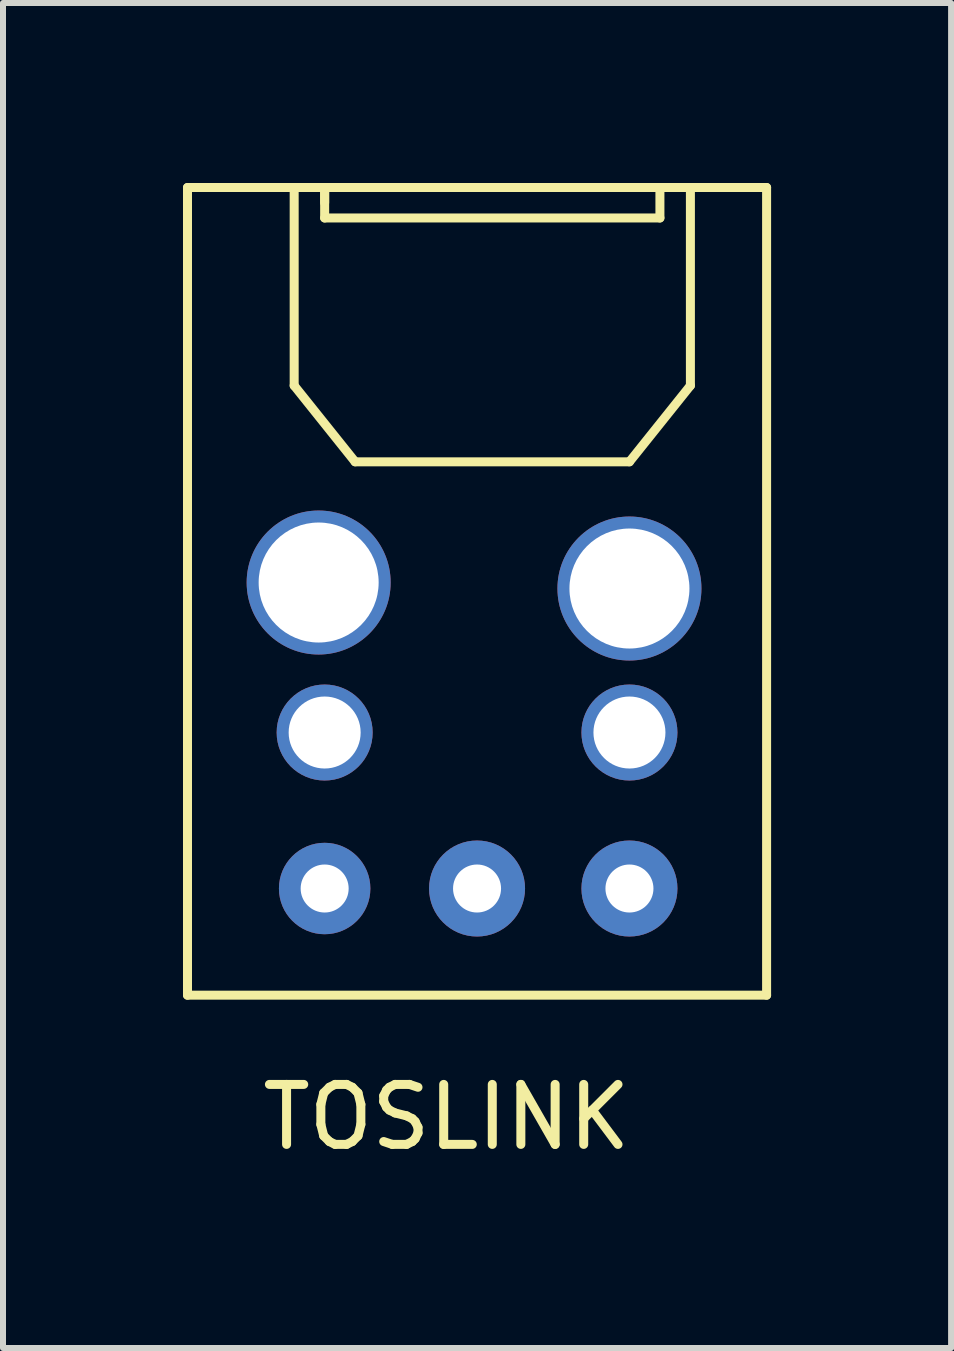
<source format=kicad_pcb>
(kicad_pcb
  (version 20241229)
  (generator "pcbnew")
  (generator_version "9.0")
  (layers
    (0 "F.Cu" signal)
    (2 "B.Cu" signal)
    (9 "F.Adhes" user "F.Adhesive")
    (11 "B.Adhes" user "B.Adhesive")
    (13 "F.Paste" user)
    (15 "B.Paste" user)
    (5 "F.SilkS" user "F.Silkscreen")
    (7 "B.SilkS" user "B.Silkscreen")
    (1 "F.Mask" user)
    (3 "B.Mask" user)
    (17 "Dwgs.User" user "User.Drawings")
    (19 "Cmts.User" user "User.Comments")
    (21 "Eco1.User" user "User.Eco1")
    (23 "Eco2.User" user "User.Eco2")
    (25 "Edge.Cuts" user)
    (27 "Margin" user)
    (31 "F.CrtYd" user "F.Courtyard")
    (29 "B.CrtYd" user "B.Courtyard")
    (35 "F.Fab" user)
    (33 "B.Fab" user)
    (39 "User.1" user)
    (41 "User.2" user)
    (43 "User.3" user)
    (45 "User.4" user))
  (footprint "TOSLINK"
    (layer "F.Cu")
    (at 2.361 11.759)
    (property "Reference" "TOSLINK" (at 2.032 3.81 0) (layer "F.SilkS") (effects (font (size 1 1) (thickness 0.15))))
    (attr through_hole)
    (fp_line (start -2.286 -11.684) (end -2.286 1.778) (stroke (width 0.15) (type solid)) (layer "F.SilkS"))
    (fp_line (start -2.286 1.778) (end 7.366 1.778) (stroke (width 0.15) (type solid)) (layer "F.SilkS"))
    (fp_line (start -0.508 -11.684) (end -0.508 -8.382) (stroke (width 0.15) (type solid)) (layer "F.SilkS"))
    (fp_line (start -0.508 -8.382) (end 0.508 -7.112) (stroke (width 0.15) (type solid)) (layer "F.SilkS"))
    (fp_line (start 0 -11.684) (end 0 -11.176) (stroke (width 0.15) (type solid)) (layer "F.SilkS"))
    (fp_line (start 0 -11.43) (end 0 -11.684) (stroke (width 0.15) (type solid)) (layer "F.SilkS"))
    (fp_line (start 0 -11.176) (end 5.588 -11.176) (stroke (width 0.15) (type solid)) (layer "F.SilkS"))
    (fp_line (start 0.508 -7.112) (end 5.08 -7.112) (stroke (width 0.15) (type solid)) (layer "F.SilkS"))
    (fp_line (start 5.08 -7.112) (end 6.096 -8.382) (stroke (width 0.15) (type solid)) (layer "F.SilkS"))
    (fp_line (start 5.588 -11.176) (end 5.588 -11.684) (stroke (width 0.15) (type solid)) (layer "F.SilkS"))
    (fp_line (start 6.096 -8.382) (end 6.096 -11.684) (stroke (width 0.15) (type solid)) (layer "F.SilkS"))
    (fp_line (start 7.366 -11.684) (end -2.286 -11.684) (stroke (width 0.15) (type solid)) (layer "F.SilkS"))
    (fp_line (start 7.366 1.778) (end 7.366 -11.684) (stroke (width 0.15) (type solid)) (layer "F.SilkS"))
    (pad "1" thru_hole circle (at 0 0) (size 1.524 1.524) (drill 0.8) (layers "*.Cu" "*.Mask"))
    (pad "2" thru_hole circle (at 2.54 0) (size 1.6 1.6) (drill 0.8) (layers "*.Cu" "*.Mask"))
    (pad "3" thru_hole circle (at 5.08 0) (size 1.6 1.6) (drill 0.8) (layers "*.Cu" "*.Mask"))
    (pad "4" thru_hole circle (at 0 -2.6) (size 1.6 1.6) (drill 1.2) (layers "*.Cu" "*.Mask"))
    (pad "5" thru_hole circle (at 5.08 -2.6) (size 1.6 1.6) (drill 1.2) (layers "*.Cu" "*.Mask"))
    (pad "8" thru_hole circle (at -0.1 -5.1) (size 2.4 2.4) (drill 2) (layers "*.Cu" "*.Mask"))
    (pad "8" thru_hole circle (at 5.08 -5) (size 2.4 2.4) (drill 2) (layers "*.Cu" "*.Mask")))
  (gr_rect
    (start -3 -3)
    (end 12.802 19.417)
    (stroke (width 0.1) (type default))
    (fill no)
    (layer "Edge.Cuts")))
</source>
